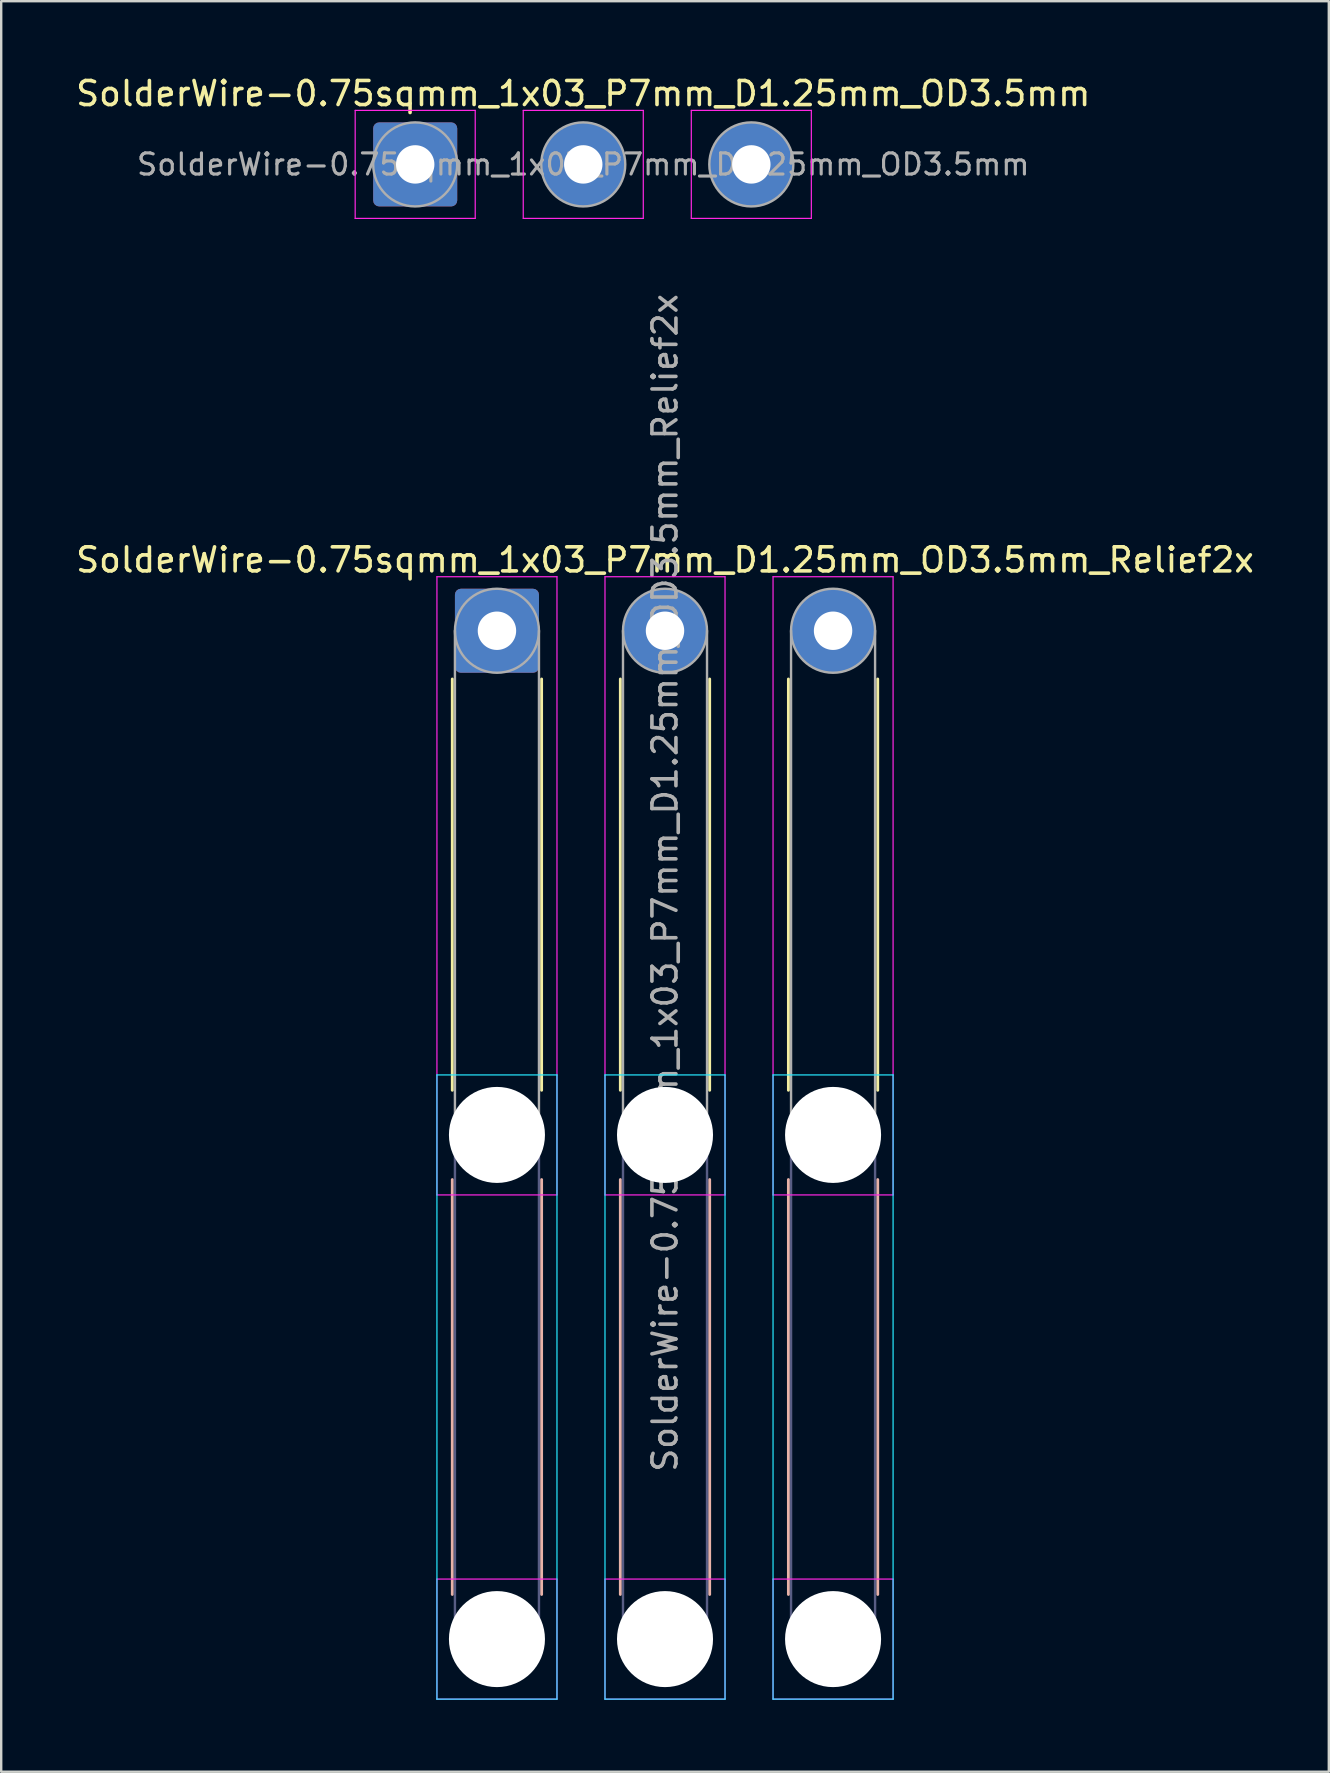
<source format=kicad_pcb>
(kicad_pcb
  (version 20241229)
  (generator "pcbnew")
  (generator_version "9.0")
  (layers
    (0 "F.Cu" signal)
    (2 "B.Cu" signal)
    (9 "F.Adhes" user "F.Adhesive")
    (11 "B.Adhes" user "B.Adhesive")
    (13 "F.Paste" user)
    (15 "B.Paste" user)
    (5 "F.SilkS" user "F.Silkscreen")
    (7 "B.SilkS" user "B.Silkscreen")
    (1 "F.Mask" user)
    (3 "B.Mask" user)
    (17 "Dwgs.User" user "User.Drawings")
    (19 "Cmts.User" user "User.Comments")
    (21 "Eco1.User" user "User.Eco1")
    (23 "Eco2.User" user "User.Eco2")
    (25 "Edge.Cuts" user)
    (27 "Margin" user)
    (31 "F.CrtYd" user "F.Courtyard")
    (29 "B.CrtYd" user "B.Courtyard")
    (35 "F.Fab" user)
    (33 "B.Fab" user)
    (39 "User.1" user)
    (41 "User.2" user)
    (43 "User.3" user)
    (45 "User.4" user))
  (footprint "SolderWire-0.75sqmm_1x03_P7mm_D1.25mm_OD3.5mm"
    (layer "F.Cu")
    (at 14.244 3.798)
    (property "Reference" "SolderWire-0.75sqmm_1x03_P7mm_D1.25mm_OD3.5mm" (at 7 -2.95 0) (layer "F.SilkS") (effects (font (size 1 1) (thickness 0.15))))
    (attr exclude_from_pos_files exclude_from_bom)
    (fp_line (start -2.5 -2.25) (end -2.5 2.25) (stroke (width 0.05) (type solid)) (layer "F.CrtYd"))
    (fp_line (start -2.5 2.25) (end 2.5 2.25) (stroke (width 0.05) (type solid)) (layer "F.CrtYd"))
    (fp_line (start 2.5 -2.25) (end -2.5 -2.25) (stroke (width 0.05) (type solid)) (layer "F.CrtYd"))
    (fp_line (start 2.5 2.25) (end 2.5 -2.25) (stroke (width 0.05) (type solid)) (layer "F.CrtYd"))
    (fp_line (start 4.5 -2.25) (end 4.5 2.25) (stroke (width 0.05) (type solid)) (layer "F.CrtYd"))
    (fp_line (start 4.5 2.25) (end 9.5 2.25) (stroke (width 0.05) (type solid)) (layer "F.CrtYd"))
    (fp_line (start 9.5 -2.25) (end 4.5 -2.25) (stroke (width 0.05) (type solid)) (layer "F.CrtYd"))
    (fp_line (start 9.5 2.25) (end 9.5 -2.25) (stroke (width 0.05) (type solid)) (layer "F.CrtYd"))
    (fp_line (start 11.5 -2.25) (end 11.5 2.25) (stroke (width 0.05) (type solid)) (layer "F.CrtYd"))
    (fp_line (start 11.5 2.25) (end 16.5 2.25) (stroke (width 0.05) (type solid)) (layer "F.CrtYd"))
    (fp_line (start 16.5 -2.25) (end 11.5 -2.25) (stroke (width 0.05) (type solid)) (layer "F.CrtYd"))
    (fp_line (start 16.5 2.25) (end 16.5 -2.25) (stroke (width 0.05) (type solid)) (layer "F.CrtYd"))
    (fp_circle (center 0 0) (end 1.75 0) (stroke (width 0.1) (type solid)) (fill no) (layer "F.Fab"))
    (fp_circle (center 7 0) (end 8.75 0) (stroke (width 0.1) (type solid)) (fill no) (layer "F.Fab"))
    (fp_circle (center 14 0) (end 15.75 0) (stroke (width 0.1) (type solid)) (fill no) (layer "F.Fab"))
    (fp_text user "${REFERENCE}" (at 7 0 0) (layer "F.Fab") (effects (font (size 0.88 0.88) (thickness 0.13))))
    (pad "1" thru_hole roundrect (at 0 0) (size 3.5 3.5) (drill 1.6) (layers "*.Cu" "*.Mask") (roundrect_rratio 0.071))
    (pad "2" thru_hole circle (at 7 0) (size 3.5 3.5) (drill 1.6) (layers "*.Cu" "*.Mask"))
    (pad "3" thru_hole circle (at 14 0) (size 3.5 3.5) (drill 1.6) (layers "*.Cu" "*.Mask")))
  (footprint "SolderWire-0.75sqmm_1x03_P7mm_D1.25mm_OD3.5mm_Relief2x"
    (layer "F.Cu")
    (at 17.649 23.222)
    (property "Reference" "SolderWire-0.75sqmm_1x03_P7mm_D1.25mm_OD3.5mm_Relief2x" (at 7 -2.95 0) (layer "F.SilkS") (effects (font (size 1 1) (thickness 0.15))))
    (attr exclude_from_pos_files exclude_from_bom)
    (fp_line (start -1.86 2.01) (end -1.86 19.14) (stroke (width 0.12) (type solid)) (layer "F.SilkS"))
    (fp_line (start 1.86 2.01) (end 1.86 19.14) (stroke (width 0.12) (type solid)) (layer "F.SilkS"))
    (fp_line (start 5.14 2.01) (end 5.14 19.14) (stroke (width 0.12) (type solid)) (layer "F.SilkS"))
    (fp_line (start 8.86 2.01) (end 8.86 19.14) (stroke (width 0.12) (type solid)) (layer "F.SilkS"))
    (fp_line (start 12.14 2.01) (end 12.14 19.14) (stroke (width 0.12) (type solid)) (layer "F.SilkS"))
    (fp_line (start 15.86 2.01) (end 15.86 19.14) (stroke (width 0.12) (type solid)) (layer "F.SilkS"))
    (fp_line (start -1.86 22.86) (end -1.86 40.14) (stroke (width 0.12) (type solid)) (layer "B.SilkS"))
    (fp_line (start 1.86 22.86) (end 1.86 40.14) (stroke (width 0.12) (type solid)) (layer "B.SilkS"))
    (fp_line (start 5.14 22.86) (end 5.14 40.14) (stroke (width 0.12) (type solid)) (layer "B.SilkS"))
    (fp_line (start 8.86 22.86) (end 8.86 40.14) (stroke (width 0.12) (type solid)) (layer "B.SilkS"))
    (fp_line (start 12.14 22.86) (end 12.14 40.14) (stroke (width 0.12) (type solid)) (layer "B.SilkS"))
    (fp_line (start 15.86 22.86) (end 15.86 40.14) (stroke (width 0.12) (type solid)) (layer "B.SilkS"))
    (fp_line (start -2.5 18.5) (end -2.5 44.5) (stroke (width 0.05) (type solid)) (layer "B.CrtYd"))
    (fp_line (start -2.5 44.5) (end 2.5 44.5) (stroke (width 0.05) (type solid)) (layer "B.CrtYd"))
    (fp_line (start 2.5 18.5) (end -2.5 18.5) (stroke (width 0.05) (type solid)) (layer "B.CrtYd"))
    (fp_line (start 2.5 44.5) (end 2.5 18.5) (stroke (width 0.05) (type solid)) (layer "B.CrtYd"))
    (fp_line (start 4.5 18.5) (end 4.5 44.5) (stroke (width 0.05) (type solid)) (layer "B.CrtYd"))
    (fp_line (start 4.5 44.5) (end 9.5 44.5) (stroke (width 0.05) (type solid)) (layer "B.CrtYd"))
    (fp_line (start 9.5 18.5) (end 4.5 18.5) (stroke (width 0.05) (type solid)) (layer "B.CrtYd"))
    (fp_line (start 9.5 44.5) (end 9.5 18.5) (stroke (width 0.05) (type solid)) (layer "B.CrtYd"))
    (fp_line (start 11.5 18.5) (end 11.5 44.5) (stroke (width 0.05) (type solid)) (layer "B.CrtYd"))
    (fp_line (start 11.5 44.5) (end 16.5 44.5) (stroke (width 0.05) (type solid)) (layer "B.CrtYd"))
    (fp_line (start 16.5 18.5) (end 11.5 18.5) (stroke (width 0.05) (type solid)) (layer "B.CrtYd"))
    (fp_line (start 16.5 44.5) (end 16.5 18.5) (stroke (width 0.05) (type solid)) (layer "B.CrtYd"))
    (fp_line (start -2.5 -2.25) (end -2.5 23.5) (stroke (width 0.05) (type solid)) (layer "F.CrtYd"))
    (fp_line (start -2.5 23.5) (end 2.5 23.5) (stroke (width 0.05) (type solid)) (layer "F.CrtYd"))
    (fp_line (start -2.5 39.5) (end -2.5 44.5) (stroke (width 0.05) (type solid)) (layer "F.CrtYd"))
    (fp_line (start -2.5 44.5) (end 2.5 44.5) (stroke (width 0.05) (type solid)) (layer "F.CrtYd"))
    (fp_line (start 2.5 -2.25) (end -2.5 -2.25) (stroke (width 0.05) (type solid)) (layer "F.CrtYd"))
    (fp_line (start 2.5 23.5) (end 2.5 -2.25) (stroke (width 0.05) (type solid)) (layer "F.CrtYd"))
    (fp_line (start 2.5 39.5) (end -2.5 39.5) (stroke (width 0.05) (type solid)) (layer "F.CrtYd"))
    (fp_line (start 2.5 44.5) (end 2.5 39.5) (stroke (width 0.05) (type solid)) (layer "F.CrtYd"))
    (fp_line (start 4.5 -2.25) (end 4.5 23.5) (stroke (width 0.05) (type solid)) (layer "F.CrtYd"))
    (fp_line (start 4.5 23.5) (end 9.5 23.5) (stroke (width 0.05) (type solid)) (layer "F.CrtYd"))
    (fp_line (start 4.5 39.5) (end 4.5 44.5) (stroke (width 0.05) (type solid)) (layer "F.CrtYd"))
    (fp_line (start 4.5 44.5) (end 9.5 44.5) (stroke (width 0.05) (type solid)) (layer "F.CrtYd"))
    (fp_line (start 9.5 -2.25) (end 4.5 -2.25) (stroke (width 0.05) (type solid)) (layer "F.CrtYd"))
    (fp_line (start 9.5 23.5) (end 9.5 -2.25) (stroke (width 0.05) (type solid)) (layer "F.CrtYd"))
    (fp_line (start 9.5 39.5) (end 4.5 39.5) (stroke (width 0.05) (type solid)) (layer "F.CrtYd"))
    (fp_line (start 9.5 44.5) (end 9.5 39.5) (stroke (width 0.05) (type solid)) (layer "F.CrtYd"))
    (fp_line (start 11.5 -2.25) (end 11.5 23.5) (stroke (width 0.05) (type solid)) (layer "F.CrtYd"))
    (fp_line (start 11.5 23.5) (end 16.5 23.5) (stroke (width 0.05) (type solid)) (layer "F.CrtYd"))
    (fp_line (start 11.5 39.5) (end 11.5 44.5) (stroke (width 0.05) (type solid)) (layer "F.CrtYd"))
    (fp_line (start 11.5 44.5) (end 16.5 44.5) (stroke (width 0.05) (type solid)) (layer "F.CrtYd"))
    (fp_line (start 16.5 -2.25) (end 11.5 -2.25) (stroke (width 0.05) (type solid)) (layer "F.CrtYd"))
    (fp_line (start 16.5 23.5) (end 16.5 -2.25) (stroke (width 0.05) (type solid)) (layer "F.CrtYd"))
    (fp_line (start 16.5 39.5) (end 11.5 39.5) (stroke (width 0.05) (type solid)) (layer "F.CrtYd"))
    (fp_line (start 16.5 44.5) (end 16.5 39.5) (stroke (width 0.05) (type solid)) (layer "F.CrtYd"))
    (fp_line (start -1.75 21) (end -1.75 42) (stroke (width 0.1) (type solid)) (layer "B.Fab"))
    (fp_line (start 1.75 21) (end 1.75 42) (stroke (width 0.1) (type solid)) (layer "B.Fab"))
    (fp_line (start 5.25 21) (end 5.25 42) (stroke (width 0.1) (type solid)) (layer "B.Fab"))
    (fp_line (start 8.75 21) (end 8.75 42) (stroke (width 0.1) (type solid)) (layer "B.Fab"))
    (fp_line (start 12.25 21) (end 12.25 42) (stroke (width 0.1) (type solid)) (layer "B.Fab"))
    (fp_line (start 15.75 21) (end 15.75 42) (stroke (width 0.1) (type solid)) (layer "B.Fab"))
    (fp_circle (center 0 21) (end 1.75 21) (stroke (width 0.1) (type solid)) (fill no) (layer "B.Fab"))
    (fp_circle (center 0 42) (end 1.75 42) (stroke (width 0.1) (type solid)) (fill no) (layer "B.Fab"))
    (fp_circle (center 7 21) (end 8.75 21) (stroke (width 0.1) (type solid)) (fill no) (layer "B.Fab"))
    (fp_circle (center 7 42) (end 8.75 42) (stroke (width 0.1) (type solid)) (fill no) (layer "B.Fab"))
    (fp_circle (center 14 21) (end 15.75 21) (stroke (width 0.1) (type solid)) (fill no) (layer "B.Fab"))
    (fp_circle (center 14 42) (end 15.75 42) (stroke (width 0.1) (type solid)) (fill no) (layer "B.Fab"))
    (fp_line (start -1.75 0) (end -1.75 21) (stroke (width 0.1) (type solid)) (layer "F.Fab"))
    (fp_line (start 1.75 0) (end 1.75 21) (stroke (width 0.1) (type solid)) (layer "F.Fab"))
    (fp_line (start 5.25 0) (end 5.25 21) (stroke (width 0.1) (type solid)) (layer "F.Fab"))
    (fp_line (start 8.75 0) (end 8.75 21) (stroke (width 0.1) (type solid)) (layer "F.Fab"))
    (fp_line (start 12.25 0) (end 12.25 21) (stroke (width 0.1) (type solid)) (layer "F.Fab"))
    (fp_line (start 15.75 0) (end 15.75 21) (stroke (width 0.1) (type solid)) (layer "F.Fab"))
    (fp_circle (center 0 0) (end 1.75 0) (stroke (width 0.1) (type solid)) (fill no) (layer "F.Fab"))
    (fp_circle (center 0 21) (end 1.75 21) (stroke (width 0.1) (type solid)) (fill no) (layer "F.Fab"))
    (fp_circle (center 0 42) (end 1.75 42) (stroke (width 0.1) (type solid)) (fill no) (layer "F.Fab"))
    (fp_circle (center 7 0) (end 8.75 0) (stroke (width 0.1) (type solid)) (fill no) (layer "F.Fab"))
    (fp_circle (center 7 21) (end 8.75 21) (stroke (width 0.1) (type solid)) (fill no) (layer "F.Fab"))
    (fp_circle (center 7 42) (end 8.75 42) (stroke (width 0.1) (type solid)) (fill no) (layer "F.Fab"))
    (fp_circle (center 14 0) (end 15.75 0) (stroke (width 0.1) (type solid)) (fill no) (layer "F.Fab"))
    (fp_circle (center 14 21) (end 15.75 21) (stroke (width 0.1) (type solid)) (fill no) (layer "F.Fab"))
    (fp_circle (center 14 42) (end 15.75 42) (stroke (width 0.1) (type solid)) (fill no) (layer "F.Fab"))
    (fp_text user "${REFERENCE}" (at 7 10.5 90) (layer "F.Fab") (effects (font (size 1 1) (thickness 0.15))))
    (pad "" np_thru_hole circle (at 0 21) (size 4 4) (drill 4) (layers "*.Cu" "*.Mask"))
    (pad "" np_thru_hole circle (at 0 42) (size 4 4) (drill 4) (layers "*.Cu" "*.Mask"))
    (pad "" np_thru_hole circle (at 7 21) (size 4 4) (drill 4) (layers "*.Cu" "*.Mask"))
    (pad "" np_thru_hole circle (at 7 42) (size 4 4) (drill 4) (layers "*.Cu" "*.Mask"))
    (pad "" np_thru_hole circle (at 14 21) (size 4 4) (drill 4) (layers "*.Cu" "*.Mask"))
    (pad "" np_thru_hole circle (at 14 42) (size 4 4) (drill 4) (layers "*.Cu" "*.Mask"))
    (pad "1" thru_hole roundrect (at 0 0) (size 3.5 3.5) (drill 1.6) (layers "*.Cu" "*.Mask") (roundrect_rratio 0.071))
    (pad "2" thru_hole circle (at 7 0) (size 3.5 3.5) (drill 1.6) (layers "*.Cu" "*.Mask"))
    (pad "3" thru_hole circle (at 14 0) (size 3.5 3.5) (drill 1.6) (layers "*.Cu" "*.Mask")))
  (gr_rect
    (start -3 -3)
    (end 52.298 70.747)
    (stroke (width 0.1) (type default))
    (fill no)
    (layer "Edge.Cuts")))
</source>
